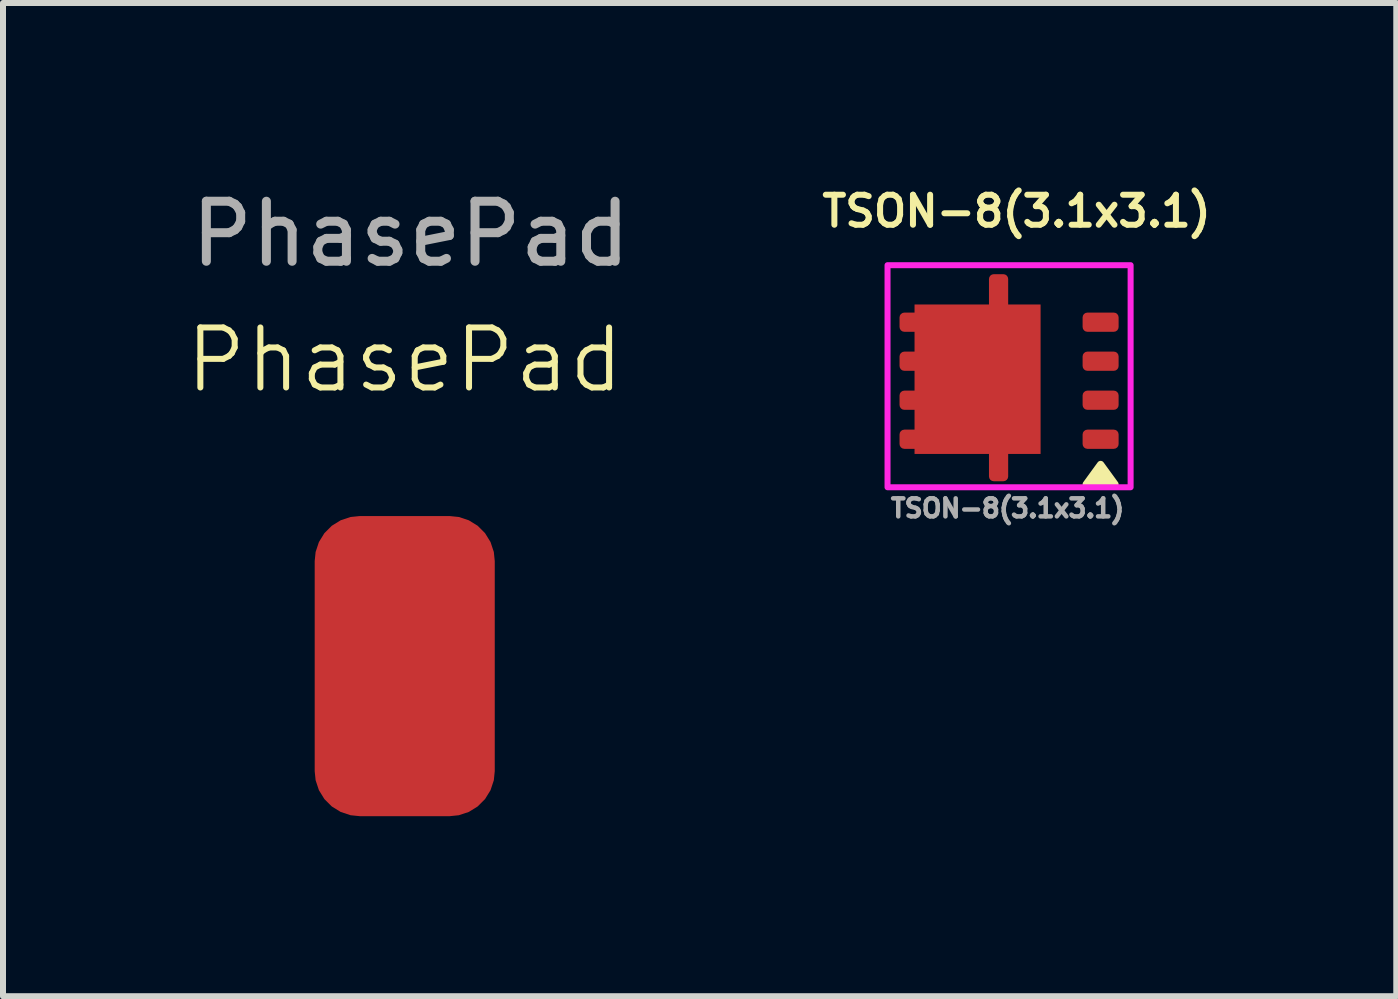
<source format=kicad_pcb>
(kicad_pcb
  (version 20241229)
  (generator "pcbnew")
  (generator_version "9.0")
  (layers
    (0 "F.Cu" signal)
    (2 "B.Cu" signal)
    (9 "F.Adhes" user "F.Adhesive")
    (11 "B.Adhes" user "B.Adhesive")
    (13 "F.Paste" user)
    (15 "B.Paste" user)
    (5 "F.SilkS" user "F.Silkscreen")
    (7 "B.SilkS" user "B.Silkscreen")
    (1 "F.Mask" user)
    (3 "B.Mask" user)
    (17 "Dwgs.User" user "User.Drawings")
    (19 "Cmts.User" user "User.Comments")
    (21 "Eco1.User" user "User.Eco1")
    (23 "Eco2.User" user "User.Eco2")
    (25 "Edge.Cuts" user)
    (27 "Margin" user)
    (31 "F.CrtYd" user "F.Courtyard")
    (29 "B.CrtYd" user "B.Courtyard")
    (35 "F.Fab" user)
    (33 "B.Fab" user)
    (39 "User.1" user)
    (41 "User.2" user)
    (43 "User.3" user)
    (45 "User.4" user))
  (footprint "PhasePad"
    (layer "F.Cu")
    (at 3.643 7.998)
    (property "Reference" "PhasePad" (at 0.05 -5.05 0) (unlocked yes) (layer "F.SilkS") (effects (font (size 1 1) (thickness 0.1))))
    (attr smd)
    (fp_text user "${REFERENCE}" (at 0.15 -7.15 0) (unlocked yes) (layer "F.Fab") (effects (font (size 1 1) (thickness 0.15))))
    (pad "1" smd roundrect (at 0.05 0.05) (size 3 5) (layers "F.Cu" "F.Mask" "F.Paste") (roundrect_rratio 0.25)))
  (footprint "TSON-8(3.1x3.1)"
    (layer "F.Cu")
    (at 13.687 3.168)
    (property "Reference" "TSON-8(3.1x3.1)" (at 0.2 -2.7 0) (unlocked yes) (layer "F.SilkS") (effects (font (size 0.5 0.5) (thickness 0.1))))
    (attr smd)
    (fp_poly (pts (xy 1.6 1.52) (xy 1.84 1.85) (xy 1.36 1.85) (xy 1.6 1.52)) (stroke (width 0.12) (type solid)) (fill yes) (layer "F.SilkS"))
    (fp_rect (start -1.95 -1.8) (end 2.1 1.9) (stroke (width 0.1) (type default)) (fill no) (layer "F.CrtYd"))
    (fp_text user "S" (at 0.95 1.25 0) (unlocked yes) (layer "Eco2.User") (effects (font (size 0.3 0.3) (thickness 0.075)) (justify left bottom)))
    (fp_text user "G" (at 1.35 -1.1 0) (unlocked yes) (layer "Eco2.User") (effects (font (size 0.3 0.3) (thickness 0.075)) (justify left bottom)))
    (fp_text user "D" (at -1.55 -1.2 0) (unlocked yes) (layer "Eco2.User") (effects (font (size 0.3 0.3) (thickness 0.075)) (justify left bottom)))
    (fp_text user "${REFERENCE}" (at 0.05 2.25 0) (unlocked yes) (layer "F.Fab") (effects (font (size 0.3 0.3) (thickness 0.075))))
    (pad "1" smd roundrect (at -1.25 -0.85) (size 1 0.32) (layers "F.Cu" "F.Mask" "F.Paste") (roundrect_rratio 0.25))
    (pad "1" smd roundrect (at -1.25 -0.2) (size 1 0.32) (layers "F.Cu" "F.Mask" "F.Paste") (roundrect_rratio 0.25))
    (pad "1" smd roundrect (at -1.25 0.45) (size 1 0.32) (layers "F.Cu" "F.Mask" "F.Paste") (roundrect_rratio 0.25))
    (pad "1" smd roundrect (at -1.25 1.1) (size 1 0.32) (layers "F.Cu" "F.Mask" "F.Paste") (roundrect_rratio 0.25))
    (pad "1" smd trapezoid (at -0.45 0.1 90) (size 2.49 2.1) (layers "F.Cu" "F.Mask" "F.Paste"))
    (pad "1" smd roundrect (at -0.1 -1.35 90) (size 0.6 0.32) (layers "F.Cu" "F.Mask" "F.Paste") (roundrect_rratio 0.25))
    (pad "1" smd roundrect (at -0.1 1.5 90) (size 0.6 0.32) (layers "F.Cu" "F.Mask" "F.Paste") (roundrect_rratio 0.25))
    (pad "2" smd roundrect (at 1.6 -0.85) (size 0.6 0.32) (layers "F.Cu" "F.Mask" "F.Paste") (roundrect_rratio 0.25))
    (pad "3" smd roundrect (at 1.6 -0.2) (size 0.6 0.32) (layers "F.Cu" "F.Mask" "F.Paste") (roundrect_rratio 0.25))
    (pad "3" smd roundrect (at 1.6 0.45) (size 0.6 0.32) (layers "F.Cu" "F.Mask" "F.Paste") (roundrect_rratio 0.25))
    (pad "3" smd roundrect (at 1.6 1.1) (size 0.6 0.32) (layers "F.Cu" "F.Mask" "F.Paste") (roundrect_rratio 0.25)))
  (gr_rect
    (start -3 -3)
    (end 20.213 13.548)
    (stroke (width 0.1) (type default))
    (fill no)
    (layer "Edge.Cuts")))
</source>
